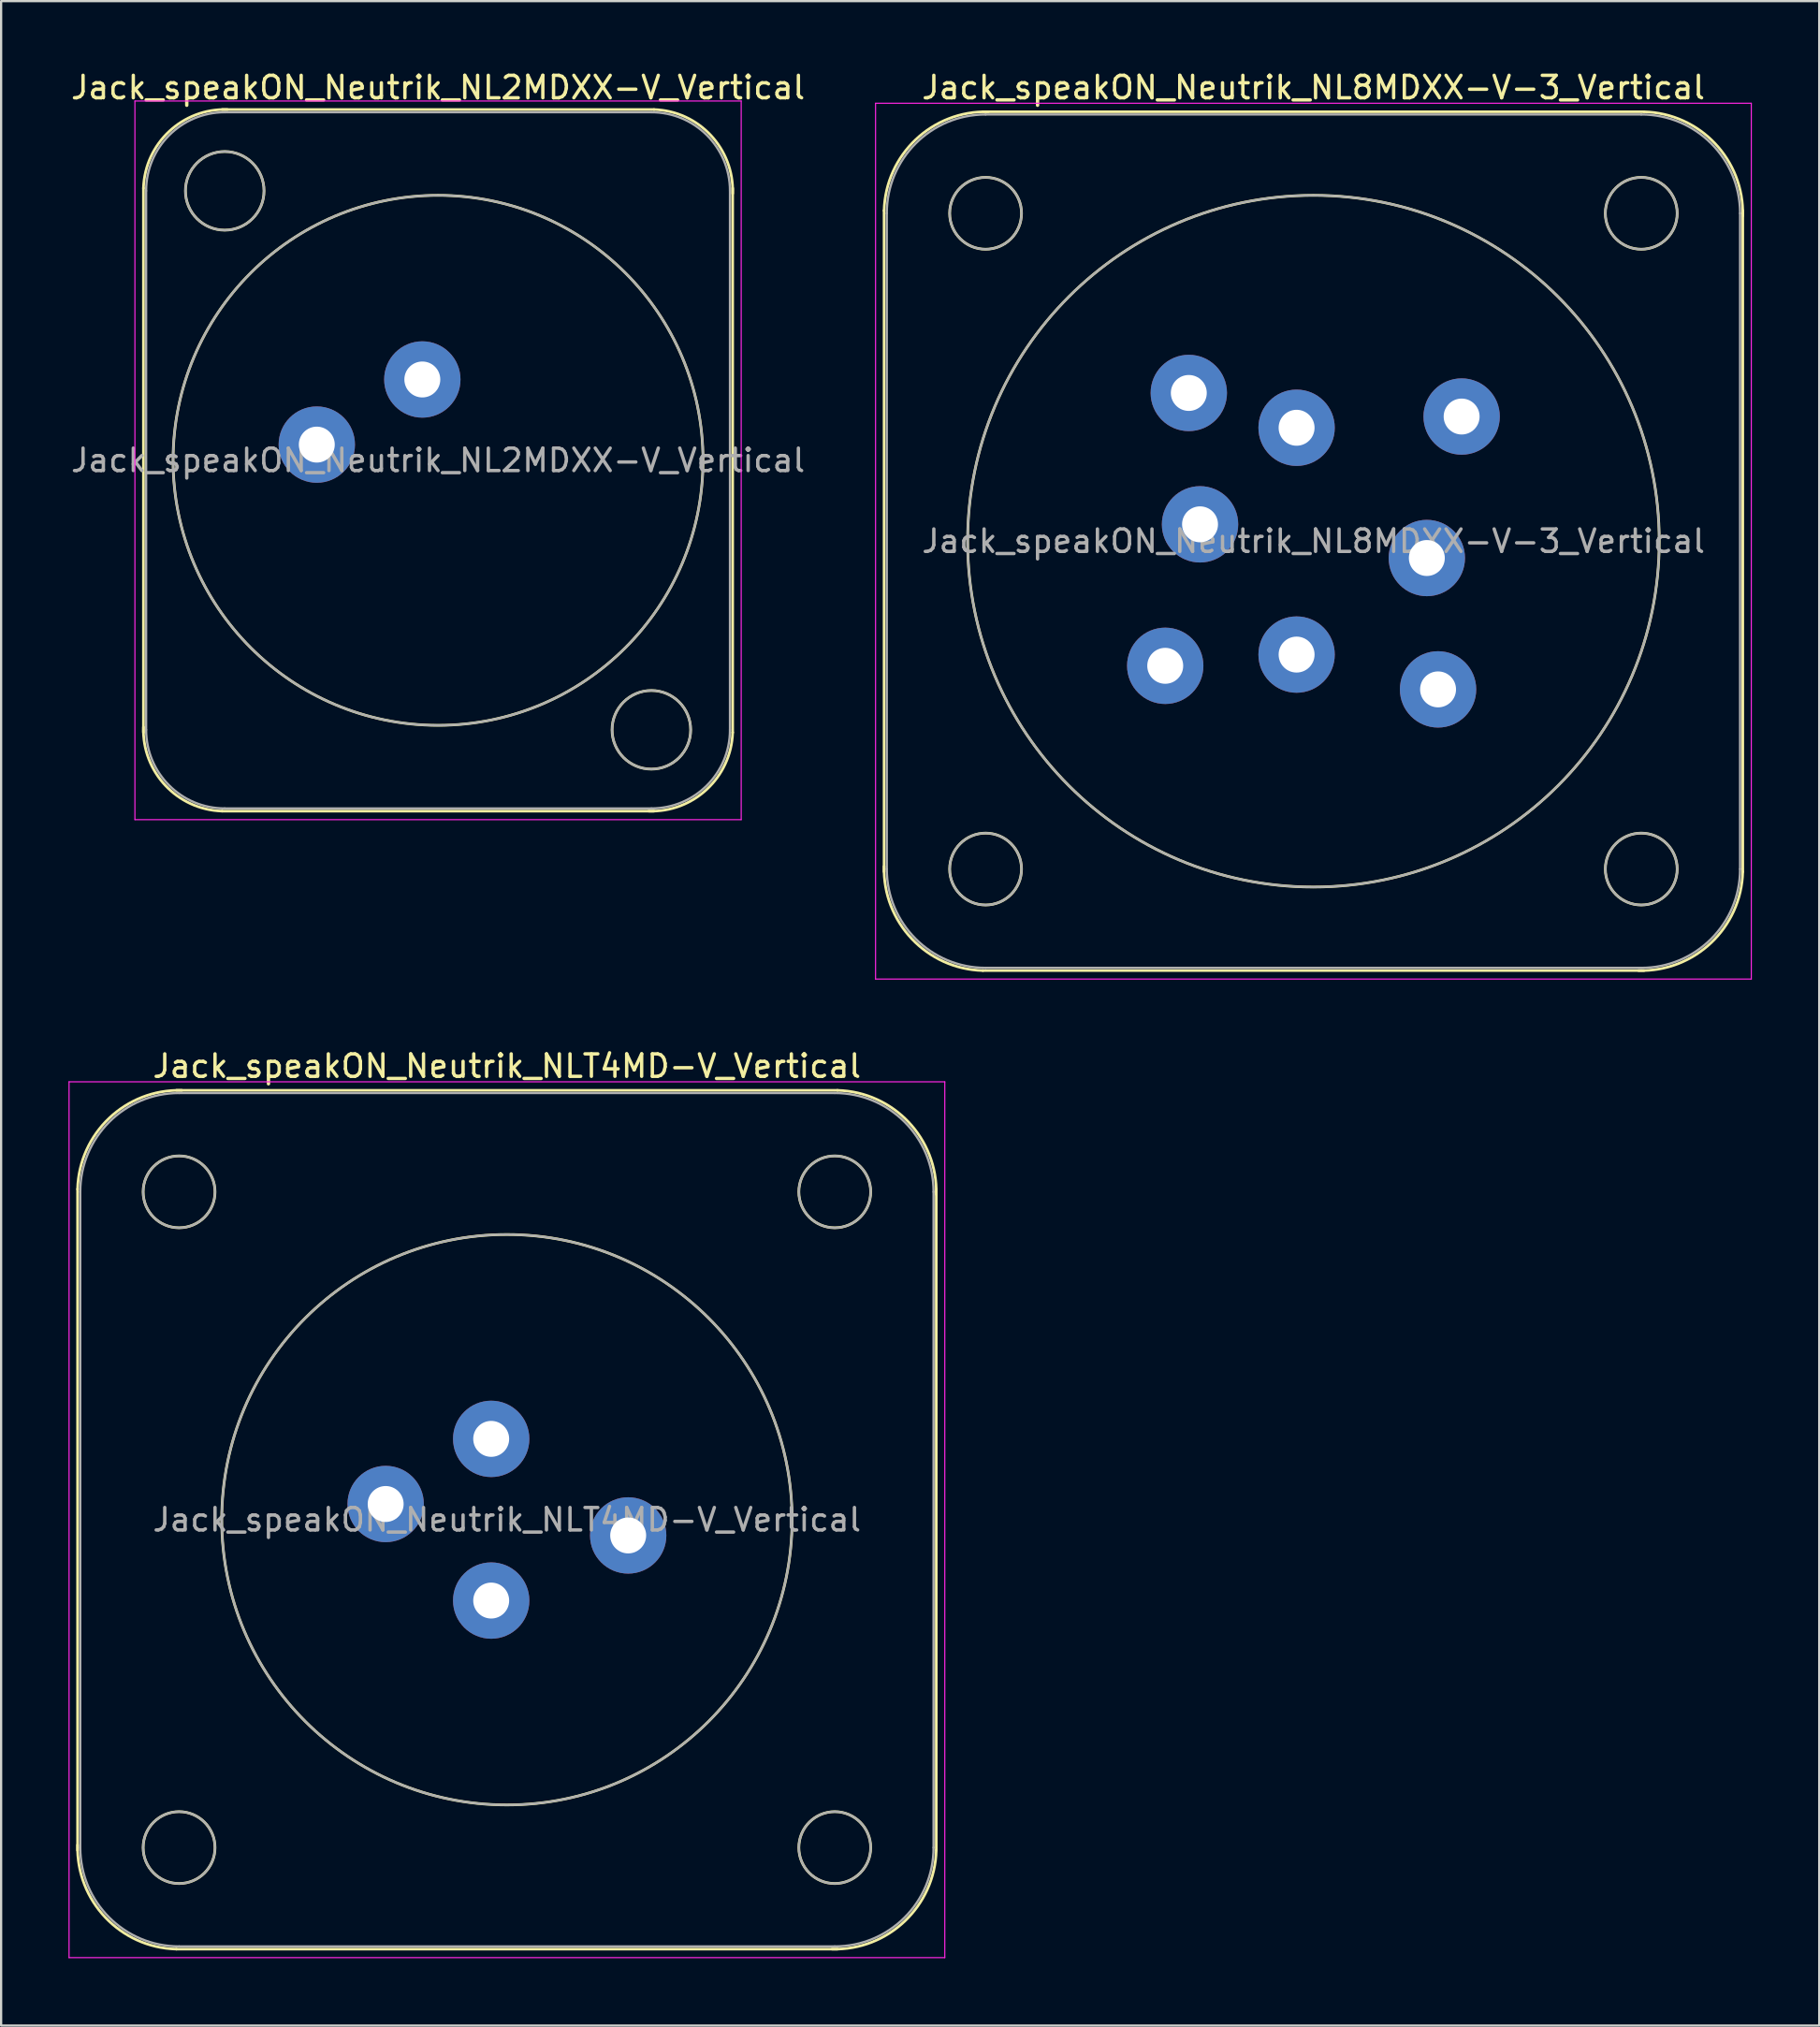
<source format=kicad_pcb>
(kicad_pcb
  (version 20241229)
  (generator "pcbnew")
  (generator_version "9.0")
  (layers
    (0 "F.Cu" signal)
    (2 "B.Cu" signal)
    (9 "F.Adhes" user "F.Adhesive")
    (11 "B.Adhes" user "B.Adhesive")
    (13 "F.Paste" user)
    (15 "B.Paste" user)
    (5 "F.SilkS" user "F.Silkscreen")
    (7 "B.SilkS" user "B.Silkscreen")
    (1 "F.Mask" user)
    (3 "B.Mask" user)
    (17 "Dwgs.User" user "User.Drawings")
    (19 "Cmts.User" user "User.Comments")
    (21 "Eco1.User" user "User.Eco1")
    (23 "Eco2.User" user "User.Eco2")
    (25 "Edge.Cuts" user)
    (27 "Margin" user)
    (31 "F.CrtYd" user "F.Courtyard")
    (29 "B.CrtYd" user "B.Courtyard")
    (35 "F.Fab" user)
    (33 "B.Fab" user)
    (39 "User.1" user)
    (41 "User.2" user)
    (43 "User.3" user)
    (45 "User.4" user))
  (footprint "Jack_speakON_Neutrik_NLT4MD-V_Vertical"
    (layer "F.Cu")
    (at 18.825 61.022)
    (property "Reference" "Jack_speakON_Neutrik_NLT4MD-V_Vertical" (at 0.7 -16.6 0) (layer "F.SilkS") (effects (font (size 1 1) (thickness 0.15))))
    (attr through_hole)
    (fp_line (start -18.42 18.32) (end -18.42 -11.12) (stroke (width 0.12) (type solid)) (layer "F.SilkS"))
    (fp_line (start -14.02 -15.52) (end 15.42 -15.52) (stroke (width 0.12) (type solid)) (layer "F.SilkS"))
    (fp_line (start -14.02 22.72) (end 15.42 22.72) (stroke (width 0.12) (type solid)) (layer "F.SilkS"))
    (fp_line (start 19.82 18.32) (end 19.82 -11.12) (stroke (width 0.12) (type solid)) (layer "F.SilkS"))
    (fp_arc (start -18.42 -11.12) (mid -17.01127 -14.280975) (end -13.78 -15.52) (stroke (width 0.12) (type solid)) (layer "F.SilkS"))
    (fp_arc (start -14.02 22.72) (mid -17.180975 21.31127) (end -18.42 18.08) (stroke (width 0.12) (type solid)) (layer "F.SilkS"))
    (fp_arc (start 15.42 -15.52) (mid 18.580975 -14.11127) (end 19.82 -10.88) (stroke (width 0.12) (type solid)) (layer "F.SilkS"))
    (fp_arc (start 19.82 18.32) (mid 18.41127 21.480975) (end 15.18 22.72) (stroke (width 0.12) (type solid)) (layer "F.SilkS"))
    (fp_circle (center -13.9 -11) (end -12.3 -11) (stroke (width 0.12) (type solid)) (fill no) (layer "F.SilkS"))
    (fp_circle (center -13.9 18.2) (end -12.3 18.2) (stroke (width 0.12) (type solid)) (fill no) (layer "F.SilkS"))
    (fp_circle (center 0.7 3.6) (end 13.4 3.6) (stroke (width 0.12) (type solid)) (fill no) (layer "F.SilkS"))
    (fp_circle (center 15.3 -11) (end 16.9 -11) (stroke (width 0.12) (type solid)) (fill no) (layer "F.SilkS"))
    (fp_circle (center 15.3 18.2) (end 16.9 18.2) (stroke (width 0.12) (type solid)) (fill no) (layer "F.SilkS"))
    (fp_line (start -18.8 -15.9) (end 20.2 -15.9) (stroke (width 0.05) (type solid)) (layer "F.CrtYd"))
    (fp_line (start -18.8 23.1) (end -18.8 -15.9) (stroke (width 0.05) (type solid)) (layer "F.CrtYd"))
    (fp_line (start -18.8 23.1) (end 20.2 23.1) (stroke (width 0.05) (type solid)) (layer "F.CrtYd"))
    (fp_line (start 20.2 23.1) (end 20.2 -15.9) (stroke (width 0.05) (type solid)) (layer "F.CrtYd"))
    (fp_line (start -18.3 18.2) (end -18.3 -11) (stroke (width 0.1) (type solid)) (layer "F.Fab"))
    (fp_line (start -13.9 -15.4) (end 15.3 -15.4) (stroke (width 0.1) (type solid)) (layer "F.Fab"))
    (fp_line (start -13.9 22.6) (end 15.3 22.6) (stroke (width 0.1) (type solid)) (layer "F.Fab"))
    (fp_line (start 19.7 18.2) (end 19.7 -11) (stroke (width 0.1) (type solid)) (layer "F.Fab"))
    (fp_arc (start -18.3 -11) (mid -17.01127 -14.11127) (end -13.9 -15.4) (stroke (width 0.1) (type solid)) (layer "F.Fab"))
    (fp_arc (start -13.9 22.6) (mid -17.01127 21.31127) (end -18.3 18.2) (stroke (width 0.1) (type solid)) (layer "F.Fab"))
    (fp_arc (start 15.3 -15.4) (mid 18.41127 -14.11127) (end 19.7 -11) (stroke (width 0.1) (type solid)) (layer "F.Fab"))
    (fp_arc (start 19.7 18.2) (mid 18.41127 21.31127) (end 15.3 22.6) (stroke (width 0.1) (type solid)) (layer "F.Fab"))
    (fp_circle (center -13.9 -11) (end -12.3 -11) (stroke (width 0.1) (type solid)) (fill no) (layer "F.Fab"))
    (fp_circle (center -13.9 18.2) (end -12.3 18.2) (stroke (width 0.1) (type solid)) (fill no) (layer "F.Fab"))
    (fp_circle (center 0.7 3.6) (end 13.4 3.6) (stroke (width 0.1) (type solid)) (fill no) (layer "F.Fab"))
    (fp_circle (center 15.3 -11) (end 13.7 -11) (stroke (width 0.1) (type solid)) (fill no) (layer "F.Fab"))
    (fp_circle (center 15.3 18.2) (end 13.7 18.2) (stroke (width 0.1) (type solid)) (fill no) (layer "F.Fab"))
    (fp_text user "${REFERENCE}" (at 0.7 3.6 0) (layer "F.Fab") (effects (font (size 1 1) (thickness 0.15))))
    (pad "1+" thru_hole circle (at 0 0) (size 3.4 3.4) (drill 1.6) (layers "*.Cu" "*.Mask"))
    (pad "1-" thru_hole circle (at -4.7 2.9) (size 3.4 3.4) (drill 1.6) (layers "*.Cu" "*.Mask"))
    (pad "2+" thru_hole circle (at 0 7.2) (size 3.4 3.4) (drill 1.6) (layers "*.Cu" "*.Mask"))
    (pad "2-" thru_hole circle (at 6.1 4.3) (size 3.4 3.4) (drill 1.6) (layers "*.Cu" "*.Mask")))
  (footprint "Jack_speakON_Neutrik_NL2MDXX-V_Vertical"
    (layer "F.Cu")
    (at 15.758 13.848)
    (property "Reference" "Jack_speakON_Neutrik_NL2MDXX-V_Vertical" (at 0.7 -13 0) (layer "F.SilkS") (effects (font (size 1 1) (thickness 0.15))))
    (attr through_hole)
    (fp_line (start -12.42 15.72) (end -12.42 -8.52) (stroke (width 0.12) (type solid)) (layer "F.SilkS"))
    (fp_line (start -8.92 -12.02) (end 10.32 -12.02) (stroke (width 0.12) (type solid)) (layer "F.SilkS"))
    (fp_line (start -8.92 19.22) (end 10.32 19.22) (stroke (width 0.12) (type solid)) (layer "F.SilkS"))
    (fp_line (start 13.82 15.72) (end 13.82 -8.52) (stroke (width 0.12) (type solid)) (layer "F.SilkS"))
    (fp_arc (start -12.42 -8.52) (mid -11.274874 -11.044579) (end -8.68 -12.02) (stroke (width 0.12) (type solid)) (layer "F.SilkS"))
    (fp_arc (start -8.92 19.22) (mid -11.444579 18.074874) (end -12.42 15.48) (stroke (width 0.12) (type solid)) (layer "F.SilkS"))
    (fp_arc (start 10.32 -12.02) (mid 12.844579 -10.874874) (end 13.82 -8.28) (stroke (width 0.12) (type solid)) (layer "F.SilkS"))
    (fp_arc (start 13.82 15.72) (mid 12.674874 18.244579) (end 10.08 19.22) (stroke (width 0.12) (type solid)) (layer "F.SilkS"))
    (fp_circle (center -8.8 -8.4) (end -7.05 -8.4) (stroke (width 0.12) (type solid)) (fill no) (layer "F.SilkS"))
    (fp_circle (center 0.7 3.6) (end 12.5 3.6) (stroke (width 0.12) (type solid)) (fill no) (layer "F.SilkS"))
    (fp_circle (center 10.2 15.6) (end 11.95 15.6) (stroke (width 0.12) (type solid)) (fill no) (layer "F.SilkS"))
    (fp_line (start -12.8 -12.4) (end 14.2 -12.4) (stroke (width 0.05) (type solid)) (layer "F.CrtYd"))
    (fp_line (start -12.8 19.6) (end -12.8 -12.4) (stroke (width 0.05) (type solid)) (layer "F.CrtYd"))
    (fp_line (start -12.8 19.6) (end 14.2 19.6) (stroke (width 0.05) (type solid)) (layer "F.CrtYd"))
    (fp_line (start 14.2 19.6) (end 14.2 -12.4) (stroke (width 0.05) (type solid)) (layer "F.CrtYd"))
    (fp_line (start -12.3 15.6) (end -12.3 -8.4) (stroke (width 0.1) (type solid)) (layer "F.Fab"))
    (fp_line (start -8.8 -11.9) (end 10.2 -11.9) (stroke (width 0.1) (type solid)) (layer "F.Fab"))
    (fp_line (start -8.8 19.1) (end 10.2 19.1) (stroke (width 0.1) (type solid)) (layer "F.Fab"))
    (fp_line (start 13.7 15.6) (end 13.7 -8.4) (stroke (width 0.1) (type solid)) (layer "F.Fab"))
    (fp_arc (start -12.3 -8.4) (mid -11.274874 -10.874874) (end -8.8 -11.9) (stroke (width 0.1) (type solid)) (layer "F.Fab"))
    (fp_arc (start -8.8 19.1) (mid -11.274874 18.074874) (end -12.3 15.6) (stroke (width 0.1) (type solid)) (layer "F.Fab"))
    (fp_arc (start 10.2 -11.9) (mid 12.674874 -10.874874) (end 13.7 -8.4) (stroke (width 0.1) (type solid)) (layer "F.Fab"))
    (fp_arc (start 13.7 15.6) (mid 12.674874 18.074874) (end 10.2 19.1) (stroke (width 0.1) (type solid)) (layer "F.Fab"))
    (fp_circle (center -8.8 -8.4) (end -7.05 -8.4) (stroke (width 0.1) (type solid)) (fill no) (layer "F.Fab"))
    (fp_circle (center 0.7 3.6) (end 12.5 3.6) (stroke (width 0.1) (type solid)) (fill no) (layer "F.Fab"))
    (fp_circle (center 10.2 15.6) (end 8.45 15.6) (stroke (width 0.1) (type solid)) (fill no) (layer "F.Fab"))
    (fp_text user "${REFERENCE}" (at 0.7 3.6 0) (layer "F.Fab") (effects (font (size 1 1) (thickness 0.15))))
    (pad "1+" thru_hole circle (at 0 0) (size 3.4 3.4) (drill 1.6) (layers "*.Cu" "*.Mask"))
    (pad "1-" thru_hole circle (at -4.7 2.9) (size 3.4 3.4) (drill 1.6) (layers "*.Cu" "*.Mask")))
  (footprint "Jack_speakON_Neutrik_NL8MDXX-V-3_Vertical"
    (layer "F.Cu")
    (at 54.692 15.998)
    (property "Reference" "Jack_speakON_Neutrik_NL8MDXX-V-3_Vertical" (at 0.75 -15.15 0) (layer "F.SilkS") (effects (font (size 1 1) (thickness 0.15))))
    (attr through_hole)
    (fp_line (start -18.37 19.77) (end -18.37 -9.67) (stroke (width 0.12) (type solid)) (layer "F.SilkS"))
    (fp_line (start -13.97 -14.07) (end 15.47 -14.07) (stroke (width 0.12) (type solid)) (layer "F.SilkS"))
    (fp_line (start -13.97 24.17) (end 15.47 24.17) (stroke (width 0.12) (type solid)) (layer "F.SilkS"))
    (fp_line (start 19.87 19.77) (end 19.87 -9.67) (stroke (width 0.12) (type solid)) (layer "F.SilkS"))
    (fp_arc (start -18.37 -9.67) (mid -16.96127 -12.830975) (end -13.73 -14.07) (stroke (width 0.12) (type solid)) (layer "F.SilkS"))
    (fp_arc (start -13.97 24.17) (mid -17.130975 22.76127) (end -18.37 19.53) (stroke (width 0.12) (type solid)) (layer "F.SilkS"))
    (fp_arc (start 15.47 -14.07) (mid 18.630975 -12.66127) (end 19.87 -9.43) (stroke (width 0.12) (type solid)) (layer "F.SilkS"))
    (fp_arc (start 19.87 19.77) (mid 18.46127 22.930975) (end 15.23 24.17) (stroke (width 0.12) (type solid)) (layer "F.SilkS"))
    (fp_circle (center -13.85 -9.55) (end -12.25 -9.55) (stroke (width 0.12) (type solid)) (fill no) (layer "F.SilkS"))
    (fp_circle (center -13.85 19.65) (end -12.25 19.65) (stroke (width 0.12) (type solid)) (fill no) (layer "F.SilkS"))
    (fp_circle (center 0.75 5.05) (end 16.15 5.05) (stroke (width 0.12) (type solid)) (fill no) (layer "F.SilkS"))
    (fp_circle (center 15.35 -9.55) (end 16.95 -9.55) (stroke (width 0.12) (type solid)) (fill no) (layer "F.SilkS"))
    (fp_circle (center 15.35 19.65) (end 16.95 19.65) (stroke (width 0.12) (type solid)) (fill no) (layer "F.SilkS"))
    (fp_line (start -18.75 -14.45) (end 20.25 -14.45) (stroke (width 0.05) (type solid)) (layer "F.CrtYd"))
    (fp_line (start -18.75 24.55) (end -18.75 -14.45) (stroke (width 0.05) (type solid)) (layer "F.CrtYd"))
    (fp_line (start -18.75 24.55) (end 20.25 24.55) (stroke (width 0.05) (type solid)) (layer "F.CrtYd"))
    (fp_line (start 20.25 24.55) (end 20.25 -14.45) (stroke (width 0.05) (type solid)) (layer "F.CrtYd"))
    (fp_line (start -18.25 19.65) (end -18.25 -9.55) (stroke (width 0.1) (type solid)) (layer "F.Fab"))
    (fp_line (start -13.85 -13.95) (end 15.35 -13.95) (stroke (width 0.1) (type solid)) (layer "F.Fab"))
    (fp_line (start -13.85 24.05) (end 15.35 24.05) (stroke (width 0.1) (type solid)) (layer "F.Fab"))
    (fp_line (start 19.75 19.65) (end 19.75 -9.55) (stroke (width 0.1) (type solid)) (layer "F.Fab"))
    (fp_arc (start -18.25 -9.55) (mid -16.96127 -12.66127) (end -13.85 -13.95) (stroke (width 0.1) (type solid)) (layer "F.Fab"))
    (fp_arc (start -13.85 24.05) (mid -16.96127 22.76127) (end -18.25 19.65) (stroke (width 0.1) (type solid)) (layer "F.Fab"))
    (fp_arc (start 15.35 -13.95) (mid 18.46127 -12.66127) (end 19.75 -9.55) (stroke (width 0.1) (type solid)) (layer "F.Fab"))
    (fp_arc (start 19.75 19.65) (mid 18.46127 22.76127) (end 15.35 24.05) (stroke (width 0.1) (type solid)) (layer "F.Fab"))
    (fp_circle (center -13.85 -9.55) (end -12.25 -9.55) (stroke (width 0.1) (type solid)) (fill no) (layer "F.Fab"))
    (fp_circle (center -13.85 19.65) (end -12.25 19.65) (stroke (width 0.1) (type solid)) (fill no) (layer "F.Fab"))
    (fp_circle (center 0.75 5.05) (end 16.15 5.05) (stroke (width 0.1) (type solid)) (fill no) (layer "F.Fab"))
    (fp_circle (center 15.35 -9.55) (end 13.75 -9.55) (stroke (width 0.1) (type solid)) (fill no) (layer "F.Fab"))
    (fp_circle (center 15.35 19.65) (end 13.75 19.65) (stroke (width 0.1) (type solid)) (fill no) (layer "F.Fab"))
    (fp_text user "${REFERENCE}" (at 0.75 5.05 0) (layer "F.Fab") (effects (font (size 1 1) (thickness 0.15))))
    (pad "1+" thru_hole circle (at 0 0) (size 3.4 3.4) (drill 1.6) (layers "*.Cu" "*.Mask"))
    (pad "1-" thru_hole circle (at -4.8 -1.55) (size 3.4 3.4) (drill 1.6) (layers "*.Cu" "*.Mask"))
    (pad "2+" thru_hole circle (at -4.3 4.3) (size 3.4 3.4) (drill 1.6) (layers "*.Cu" "*.Mask"))
    (pad "2-" thru_hole circle (at -5.85 10.6) (size 3.4 3.4) (drill 1.6) (layers "*.Cu" "*.Mask"))
    (pad "3+" thru_hole circle (at 0 10.1) (size 3.4 3.4) (drill 1.6) (layers "*.Cu" "*.Mask"))
    (pad "3-" thru_hole circle (at 6.3 11.65) (size 3.4 3.4) (drill 1.6) (layers "*.Cu" "*.Mask"))
    (pad "4+" thru_hole circle (at 5.8 5.8) (size 3.4 3.4) (drill 1.6) (layers "*.Cu" "*.Mask"))
    (pad "4-" thru_hole circle (at 7.35 -0.5) (size 3.4 3.4) (drill 1.6) (layers "*.Cu" "*.Mask")))
  (gr_rect
    (start -3 -3)
    (end 77.967 87.147)
    (stroke (width 0.1) (type default))
    (fill no)
    (layer "Edge.Cuts")))
</source>
